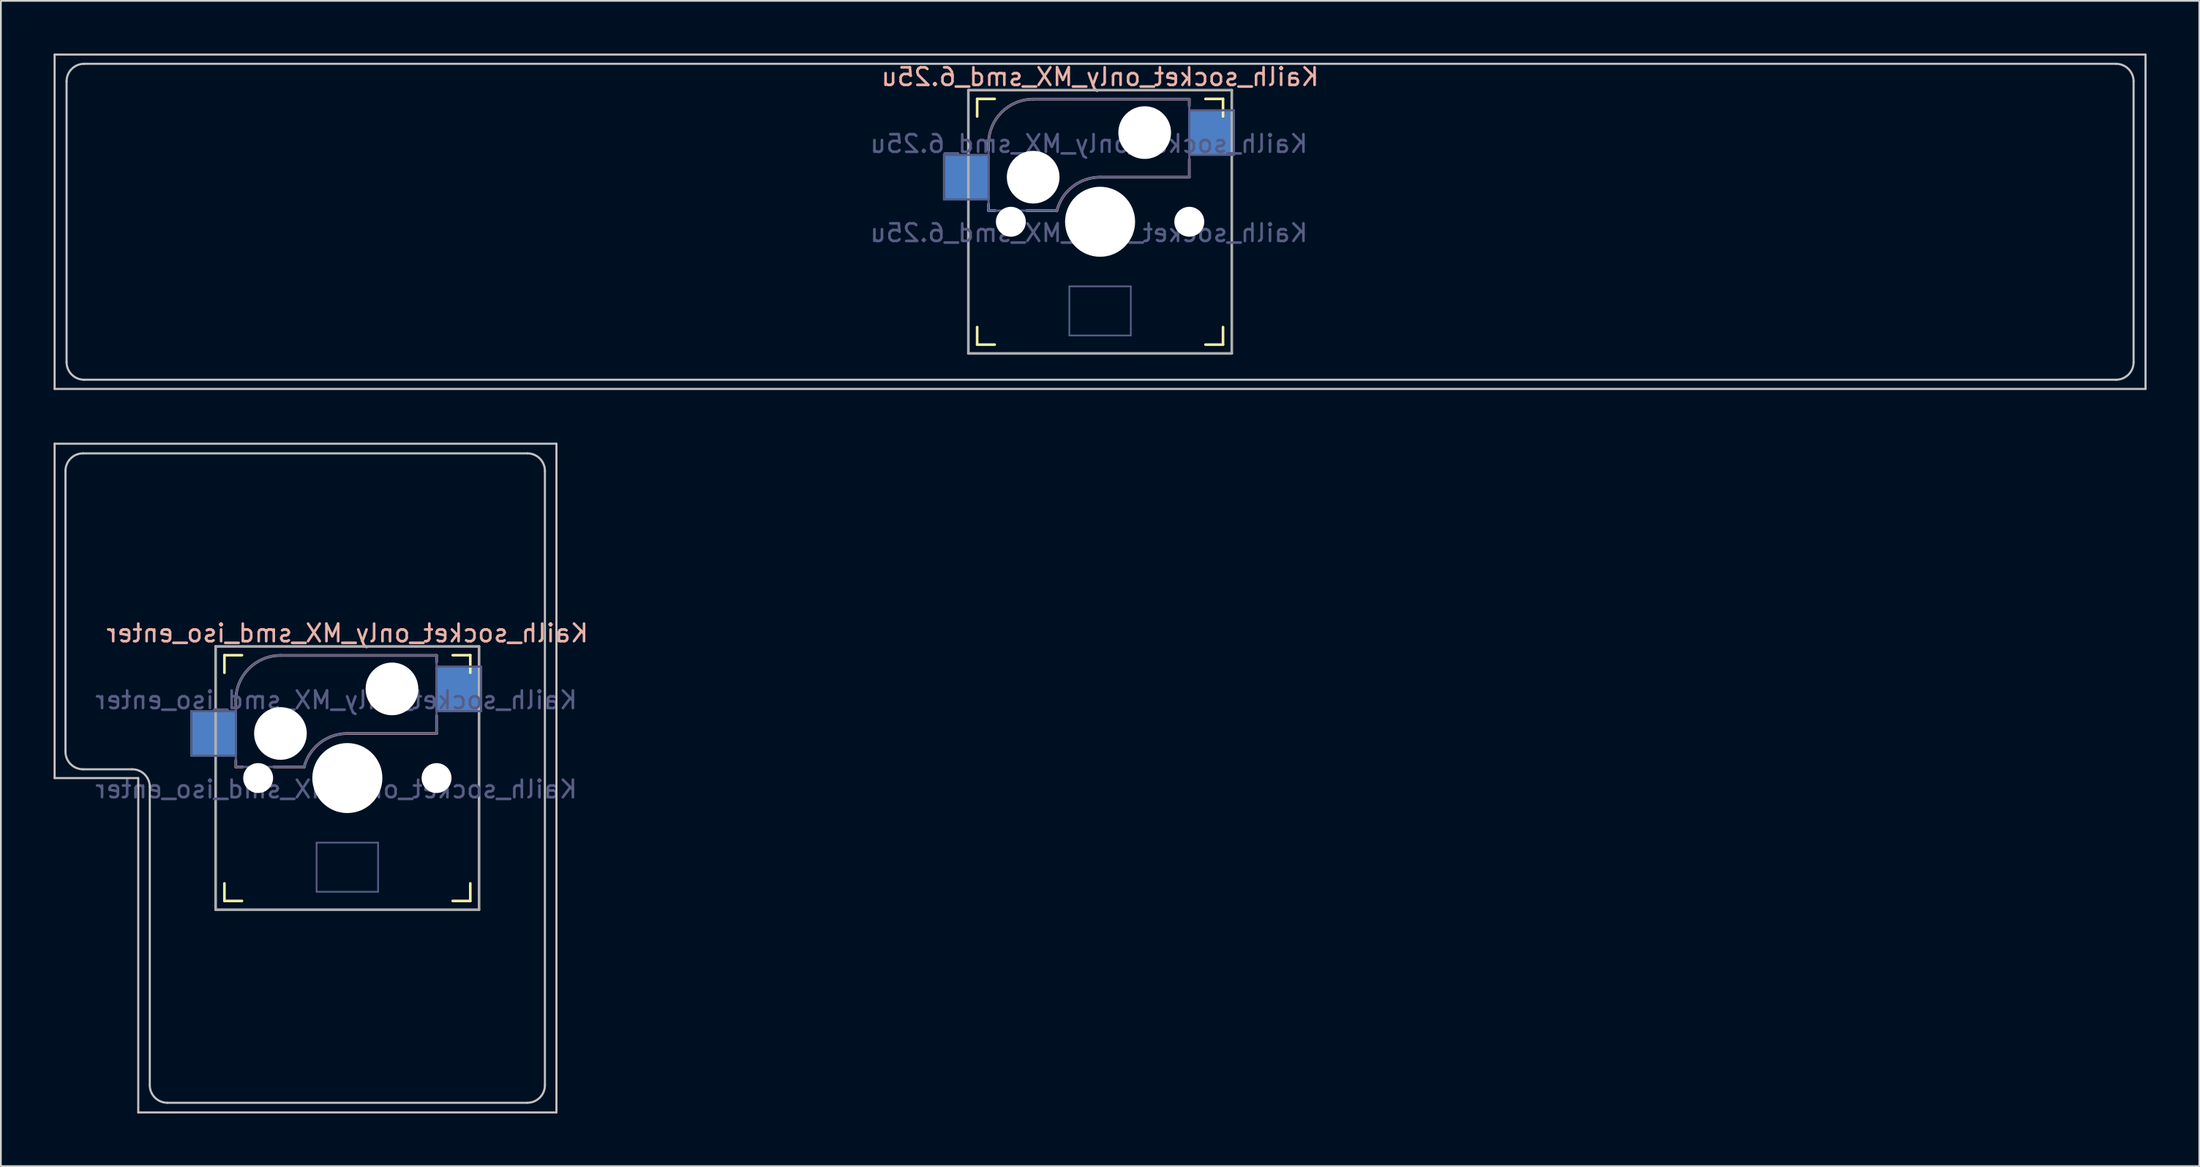
<source format=kicad_pcb>
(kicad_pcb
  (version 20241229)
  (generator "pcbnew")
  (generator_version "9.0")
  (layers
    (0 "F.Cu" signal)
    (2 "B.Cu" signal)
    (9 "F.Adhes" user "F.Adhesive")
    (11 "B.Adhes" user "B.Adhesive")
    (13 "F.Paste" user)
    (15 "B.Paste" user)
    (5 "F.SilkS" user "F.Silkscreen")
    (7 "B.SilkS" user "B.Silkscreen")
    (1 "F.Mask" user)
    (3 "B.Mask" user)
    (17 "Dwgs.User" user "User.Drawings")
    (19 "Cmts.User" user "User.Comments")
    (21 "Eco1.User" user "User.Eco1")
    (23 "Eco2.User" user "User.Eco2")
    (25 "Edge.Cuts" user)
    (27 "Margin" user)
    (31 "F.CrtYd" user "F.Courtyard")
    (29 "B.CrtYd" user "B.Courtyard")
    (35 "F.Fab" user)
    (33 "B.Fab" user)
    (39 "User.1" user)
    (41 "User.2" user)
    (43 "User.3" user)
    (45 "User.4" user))
  (footprint "Kailh_socket_only_MX_smd_6.25u"
    (layer "F.Cu")
    (at 59.591 9.585)
    (property "Reference" "Kailh_socket_only_MX_smd_6.25u" (at 0 -8.255 0) (layer "B.SilkS") (effects (font (size 1 1) (thickness 0.15)) (justify mirror)))
    (property "Value" "Kailh_socket_only_MX_smd_6.25u" (at 0 8.255 0) (layer "F.Fab") (hide yes) (effects (font (size 1 1) (thickness 0.15))))
    (attr smd)
    (fp_line (start -7 -6) (end -7 -7) (stroke (width 0.15) (type solid)) (layer "F.SilkS"))
    (fp_line (start -7 7) (end -7 6) (stroke (width 0.15) (type solid)) (layer "F.SilkS"))
    (fp_line (start -7 7) (end -6 7) (stroke (width 0.15) (type solid)) (layer "F.SilkS"))
    (fp_line (start -6 -7) (end -7 -7) (stroke (width 0.15) (type solid)) (layer "F.SilkS"))
    (fp_line (start 6 7) (end 7 7) (stroke (width 0.15) (type solid)) (layer "F.SilkS"))
    (fp_line (start 7 -7) (end 6 -7) (stroke (width 0.15) (type solid)) (layer "F.SilkS"))
    (fp_line (start 7 -7) (end 7 -6) (stroke (width 0.15) (type solid)) (layer "F.SilkS"))
    (fp_line (start 7 6) (end 7 7) (stroke (width 0.15) (type solid)) (layer "F.SilkS"))
    (fp_line (start -6.35 -4.445) (end -6.35 -4.064) (stroke (width 0.15) (type solid)) (layer "B.SilkS"))
    (fp_line (start -6.35 -1.016) (end -6.35 -0.635) (stroke (width 0.15) (type solid)) (layer "B.SilkS"))
    (fp_line (start -5.969 -0.635) (end -6.35 -0.635) (stroke (width 0.15) (type solid)) (layer "B.SilkS"))
    (fp_line (start -3.81 -6.985) (end 5.08 -6.985) (stroke (width 0.15) (type solid)) (layer "B.SilkS"))
    (fp_line (start -2.464 -0.635) (end -4.191 -0.635) (stroke (width 0.15) (type solid)) (layer "B.SilkS"))
    (fp_line (start 5.08 -6.985) (end 5.08 -6.604) (stroke (width 0.15) (type solid)) (layer "B.SilkS"))
    (fp_line (start 5.08 -3.556) (end 5.08 -2.54) (stroke (width 0.15) (type solid)) (layer "B.SilkS"))
    (fp_line (start 5.08 -2.54) (end 0 -2.54) (stroke (width 0.15) (type solid)) (layer "B.SilkS"))
    (fp_arc (start -6.35 -4.445) (mid -5.606051 -6.241051) (end -3.81 -6.985) (stroke (width 0.15) (type solid)) (layer "B.SilkS"))
    (fp_arc (start -2.464162 -0.61604) (mid -1.563147 -2.002042) (end 0 -2.54) (stroke (width 0.15) (type solid)) (layer "B.SilkS"))
    (fp_line (start -59.531 -9.525) (end 59.531 -9.525) (stroke (width 0.12) (type solid)) (layer "Dwgs.User"))
    (fp_line (start -59.531 9.525) (end -59.531 -9.525) (stroke (width 0.12) (type solid)) (layer "Dwgs.User"))
    (fp_line (start -58.85 8) (end -58.85 -8) (stroke (width 0.12) (type solid)) (layer "Dwgs.User"))
    (fp_line (start -57.85 -9) (end 57.85 -9) (stroke (width 0.12) (type solid)) (layer "Dwgs.User"))
    (fp_line (start -57.85 9) (end 57.85 9) (stroke (width 0.12) (type solid)) (layer "Dwgs.User"))
    (fp_line (start 58.85 8) (end 58.85 -8) (stroke (width 0.12) (type solid)) (layer "Dwgs.User"))
    (fp_line (start 59.531 -9.525) (end 59.531 9.525) (stroke (width 0.12) (type solid)) (layer "Dwgs.User"))
    (fp_line (start 59.531 9.525) (end -59.531 9.525) (stroke (width 0.12) (type solid)) (layer "Dwgs.User"))
    (fp_arc (start -58.85 -8) (mid -58.557107 -8.707107) (end -57.85 -9) (stroke (width 0.12) (type solid)) (layer "Dwgs.User"))
    (fp_arc (start -57.85 9) (mid -58.557107 8.707107) (end -58.85 8) (stroke (width 0.12) (type solid)) (layer "Dwgs.User"))
    (fp_arc (start 57.85 -9) (mid 58.557107 -8.707107) (end 58.85 -8) (stroke (width 0.12) (type solid)) (layer "Dwgs.User"))
    (fp_arc (start 58.85 8) (mid 58.557107 8.707107) (end 57.85 9) (stroke (width 0.12) (type solid)) (layer "Dwgs.User"))
    (fp_line (start -6.9 6.9) (end -6.9 -6.9) (stroke (width 0.15) (type solid)) (layer "Eco2.User"))
    (fp_line (start -6.9 6.9) (end 6.9 6.9) (stroke (width 0.15) (type solid)) (layer "Eco2.User"))
    (fp_line (start 6.9 -6.9) (end -6.9 -6.9) (stroke (width 0.15) (type solid)) (layer "Eco2.User"))
    (fp_line (start 6.9 -6.9) (end 6.9 6.9) (stroke (width 0.15) (type solid)) (layer "Eco2.User"))
    (fp_line (start -8.89 -3.81) (end -6.35 -3.81) (stroke (width 0.12) (type solid)) (layer "B.Fab"))
    (fp_line (start -8.89 -1.27) (end -8.89 -3.81) (stroke (width 0.12) (type solid)) (layer "B.Fab"))
    (fp_line (start -6.35 -1.27) (end -8.89 -1.27) (stroke (width 0.12) (type solid)) (layer "B.Fab"))
    (fp_line (start -6.35 -0.635) (end -6.35 -4.445) (stroke (width 0.12) (type solid)) (layer "B.Fab"))
    (fp_line (start -6.35 -0.635) (end -2.54 -0.635) (stroke (width 0.12) (type solid)) (layer "B.Fab"))
    (fp_line (start -3.81 -6.985) (end 5.08 -6.985) (stroke (width 0.12) (type solid)) (layer "B.Fab"))
    (fp_line (start -1.75 3.68) (end -1.75 6.48) (stroke (width 0.1) (type solid)) (layer "B.Fab"))
    (fp_line (start -1.75 3.68) (end 1.75 3.68) (stroke (width 0.1) (type solid)) (layer "B.Fab"))
    (fp_line (start -1.75 6.48) (end 1.75 6.48) (stroke (width 0.1) (type solid)) (layer "B.Fab"))
    (fp_line (start 1.75 3.68) (end 1.75 6.48) (stroke (width 0.1) (type solid)) (layer "B.Fab"))
    (fp_line (start 5.08 -6.985) (end 5.08 -2.54) (stroke (width 0.12) (type solid)) (layer "B.Fab"))
    (fp_line (start 5.08 -6.35) (end 7.62 -6.35) (stroke (width 0.12) (type solid)) (layer "B.Fab"))
    (fp_line (start 5.08 -2.54) (end 0 -2.54) (stroke (width 0.12) (type solid)) (layer "B.Fab"))
    (fp_line (start 7.62 -6.35) (end 7.62 -3.81) (stroke (width 0.12) (type solid)) (layer "B.Fab"))
    (fp_line (start 7.62 -3.81) (end 5.08 -3.81) (stroke (width 0.12) (type solid)) (layer "B.Fab"))
    (fp_arc (start -6.35 -4.445) (mid -5.606051 -6.241051) (end -3.81 -6.985) (stroke (width 0.12) (type solid)) (layer "B.Fab"))
    (fp_arc (start -2.464162 -0.61604) (mid -1.563147 -2.002042) (end 0 -2.54) (stroke (width 0.12) (type solid)) (layer "B.Fab"))
    (fp_line (start -7.5 -7.5) (end 7.5 -7.5) (stroke (width 0.15) (type solid)) (layer "F.Fab"))
    (fp_line (start -7.5 7.5) (end -7.5 -7.5) (stroke (width 0.15) (type solid)) (layer "F.Fab"))
    (fp_line (start 7.5 -7.5) (end 7.5 7.5) (stroke (width 0.15) (type solid)) (layer "F.Fab"))
    (fp_line (start 7.5 7.5) (end -7.5 7.5) (stroke (width 0.15) (type solid)) (layer "F.Fab"))
    (fp_text user "${REFERENCE}" (at -0.635 -4.445 0) (layer "B.Fab") (effects (font (size 1 1) (thickness 0.15)) (justify mirror)))
    (fp_text user "${VALUE}" (at -0.635 0.635 0) (layer "B.Fab") (effects (font (size 1 1) (thickness 0.15)) (justify mirror)))
    (pad "" np_thru_hole circle (at -5.08 0) (size 1.702 1.702) (drill 1.702) (layers "*.Cu" "*.Mask"))
    (pad "" np_thru_hole circle (at -3.81 -2.54) (size 3 3) (drill 3) (layers "*.Cu" "*.Mask"))
    (pad "" np_thru_hole circle (at 0 0) (size 3.988 3.988) (drill 3.988) (layers "*.Cu" "*.Mask"))
    (pad "" np_thru_hole circle (at 2.54 -5.08) (size 3 3) (drill 3) (layers "*.Cu" "*.Mask"))
    (pad "" np_thru_hole circle (at 5.08 0) (size 1.702 1.702) (drill 1.702) (layers "*.Cu" "*.Mask"))
    (pad "1" smd rect (at 6.29 -5.08) (size 2.55 2.5) (layers "B.Cu" "B.Mask" "B.Paste"))
    (pad "2" smd rect (at -7.56 -2.54) (size 2.55 2.5) (layers "B.Cu" "B.Mask" "B.Paste")))
  (footprint "Kailh_socket_only_MX_smd_iso_enter"
    (layer "F.Cu")
    (at 16.729 41.28)
    (property "Reference" "Kailh_socket_only_MX_smd_iso_enter" (at 0 -8.255 0) (layer "B.SilkS") (effects (font (size 1 1) (thickness 0.15)) (justify mirror)))
    (property "Value" "Kailh_socket_only_MX_smd_iso_enter" (at 0 8.255 0) (layer "F.Fab") (hide yes) (effects (font (size 1 1) (thickness 0.15))))
    (attr smd)
    (fp_line (start -7 -6) (end -7 -7) (stroke (width 0.15) (type solid)) (layer "F.SilkS"))
    (fp_line (start -7 7) (end -7 6) (stroke (width 0.15) (type solid)) (layer "F.SilkS"))
    (fp_line (start -7 7) (end -6 7) (stroke (width 0.15) (type solid)) (layer "F.SilkS"))
    (fp_line (start -6 -7) (end -7 -7) (stroke (width 0.15) (type solid)) (layer "F.SilkS"))
    (fp_line (start 6 7) (end 7 7) (stroke (width 0.15) (type solid)) (layer "F.SilkS"))
    (fp_line (start 7 -7) (end 6 -7) (stroke (width 0.15) (type solid)) (layer "F.SilkS"))
    (fp_line (start 7 -7) (end 7 -6) (stroke (width 0.15) (type solid)) (layer "F.SilkS"))
    (fp_line (start 7 6) (end 7 7) (stroke (width 0.15) (type solid)) (layer "F.SilkS"))
    (fp_line (start -6.35 -4.445) (end -6.35 -4.064) (stroke (width 0.15) (type solid)) (layer "B.SilkS"))
    (fp_line (start -6.35 -1.016) (end -6.35 -0.635) (stroke (width 0.15) (type solid)) (layer "B.SilkS"))
    (fp_line (start -5.969 -0.635) (end -6.35 -0.635) (stroke (width 0.15) (type solid)) (layer "B.SilkS"))
    (fp_line (start -3.81 -6.985) (end 5.08 -6.985) (stroke (width 0.15) (type solid)) (layer "B.SilkS"))
    (fp_line (start -2.464 -0.635) (end -4.191 -0.635) (stroke (width 0.15) (type solid)) (layer "B.SilkS"))
    (fp_line (start 5.08 -6.985) (end 5.08 -6.604) (stroke (width 0.15) (type solid)) (layer "B.SilkS"))
    (fp_line (start 5.08 -3.556) (end 5.08 -2.54) (stroke (width 0.15) (type solid)) (layer "B.SilkS"))
    (fp_line (start 5.08 -2.54) (end 0 -2.54) (stroke (width 0.15) (type solid)) (layer "B.SilkS"))
    (fp_arc (start -6.35 -4.445) (mid -5.606051 -6.241051) (end -3.81 -6.985) (stroke (width 0.15) (type solid)) (layer "B.SilkS"))
    (fp_arc (start -2.464162 -0.61604) (mid -1.563147 -2.002042) (end 0 -2.54) (stroke (width 0.15) (type solid)) (layer "B.SilkS"))
    (fp_line (start -16.669 -19.05) (end 11.906 -19.05) (stroke (width 0.12) (type solid)) (layer "Dwgs.User"))
    (fp_line (start -16.669 0) (end -16.669 -19.05) (stroke (width 0.12) (type solid)) (layer "Dwgs.User"))
    (fp_line (start -16.669 0) (end -11.906 0) (stroke (width 0.12) (type solid)) (layer "Dwgs.User"))
    (fp_line (start -16.05 -1.5) (end -16.05 -17.5) (stroke (width 0.12) (type solid)) (layer "Dwgs.User"))
    (fp_line (start -15.05 -18.5) (end 10.25 -18.5) (stroke (width 0.12) (type solid)) (layer "Dwgs.User"))
    (fp_line (start -15.05 -0.5) (end -12.25 -0.5) (stroke (width 0.12) (type solid)) (layer "Dwgs.User"))
    (fp_line (start -11.906 19.05) (end -11.906 0) (stroke (width 0.12) (type solid)) (layer "Dwgs.User"))
    (fp_line (start -11.25 17.5) (end -11.25 0.5) (stroke (width 0.12) (type solid)) (layer "Dwgs.User"))
    (fp_line (start -10.25 18.5) (end 10.25 18.5) (stroke (width 0.12) (type solid)) (layer "Dwgs.User"))
    (fp_line (start 11.25 17.5) (end 11.25 -17.5) (stroke (width 0.12) (type solid)) (layer "Dwgs.User"))
    (fp_line (start 11.906 -19.05) (end 11.906 19.05) (stroke (width 0.12) (type solid)) (layer "Dwgs.User"))
    (fp_line (start 11.906 19.05) (end -11.906 19.05) (stroke (width 0.12) (type solid)) (layer "Dwgs.User"))
    (fp_arc (start -16.05 -17.5) (mid -15.757107 -18.207107) (end -15.05 -18.5) (stroke (width 0.12) (type solid)) (layer "Dwgs.User"))
    (fp_arc (start -15.05 -0.5) (mid -15.757107 -0.792893) (end -16.05 -1.5) (stroke (width 0.12) (type solid)) (layer "Dwgs.User"))
    (fp_arc (start -12.25 -0.5) (mid -11.542893 -0.207107) (end -11.25 0.5) (stroke (width 0.12) (type solid)) (layer "Dwgs.User"))
    (fp_arc (start -10.25 18.5) (mid -10.957107 18.207107) (end -11.25 17.5) (stroke (width 0.12) (type solid)) (layer "Dwgs.User"))
    (fp_arc (start 10.25 -18.5) (mid 10.957107 -18.207107) (end 11.25 -17.5) (stroke (width 0.12) (type solid)) (layer "Dwgs.User"))
    (fp_arc (start 11.25 17.5) (mid 10.957107 18.207107) (end 10.25 18.5) (stroke (width 0.12) (type solid)) (layer "Dwgs.User"))
    (fp_line (start -6.9 6.9) (end -6.9 -6.9) (stroke (width 0.15) (type solid)) (layer "Eco2.User"))
    (fp_line (start -6.9 6.9) (end 6.9 6.9) (stroke (width 0.15) (type solid)) (layer "Eco2.User"))
    (fp_line (start 6.9 -6.9) (end -6.9 -6.9) (stroke (width 0.15) (type solid)) (layer "Eco2.User"))
    (fp_line (start 6.9 -6.9) (end 6.9 6.9) (stroke (width 0.15) (type solid)) (layer "Eco2.User"))
    (fp_line (start -8.89 -3.81) (end -6.35 -3.81) (stroke (width 0.12) (type solid)) (layer "B.Fab"))
    (fp_line (start -8.89 -1.27) (end -8.89 -3.81) (stroke (width 0.12) (type solid)) (layer "B.Fab"))
    (fp_line (start -6.35 -1.27) (end -8.89 -1.27) (stroke (width 0.12) (type solid)) (layer "B.Fab"))
    (fp_line (start -6.35 -0.635) (end -6.35 -4.445) (stroke (width 0.12) (type solid)) (layer "B.Fab"))
    (fp_line (start -6.35 -0.635) (end -2.54 -0.635) (stroke (width 0.12) (type solid)) (layer "B.Fab"))
    (fp_line (start -3.81 -6.985) (end 5.08 -6.985) (stroke (width 0.12) (type solid)) (layer "B.Fab"))
    (fp_line (start -1.75 3.68) (end -1.75 6.48) (stroke (width 0.1) (type solid)) (layer "B.Fab"))
    (fp_line (start -1.75 3.68) (end 1.75 3.68) (stroke (width 0.1) (type solid)) (layer "B.Fab"))
    (fp_line (start -1.75 6.48) (end 1.75 6.48) (stroke (width 0.1) (type solid)) (layer "B.Fab"))
    (fp_line (start 1.75 3.68) (end 1.75 6.48) (stroke (width 0.1) (type solid)) (layer "B.Fab"))
    (fp_line (start 5.08 -6.985) (end 5.08 -2.54) (stroke (width 0.12) (type solid)) (layer "B.Fab"))
    (fp_line (start 5.08 -6.35) (end 7.62 -6.35) (stroke (width 0.12) (type solid)) (layer "B.Fab"))
    (fp_line (start 5.08 -2.54) (end 0 -2.54) (stroke (width 0.12) (type solid)) (layer "B.Fab"))
    (fp_line (start 7.62 -6.35) (end 7.62 -3.81) (stroke (width 0.12) (type solid)) (layer "B.Fab"))
    (fp_line (start 7.62 -3.81) (end 5.08 -3.81) (stroke (width 0.12) (type solid)) (layer "B.Fab"))
    (fp_arc (start -6.35 -4.445) (mid -5.606051 -6.241051) (end -3.81 -6.985) (stroke (width 0.12) (type solid)) (layer "B.Fab"))
    (fp_arc (start -2.464162 -0.61604) (mid -1.563147 -2.002042) (end 0 -2.54) (stroke (width 0.12) (type solid)) (layer "B.Fab"))
    (fp_line (start -7.5 -7.5) (end 7.5 -7.5) (stroke (width 0.15) (type solid)) (layer "F.Fab"))
    (fp_line (start -7.5 7.5) (end -7.5 -7.5) (stroke (width 0.15) (type solid)) (layer "F.Fab"))
    (fp_line (start 7.5 -7.5) (end 7.5 7.5) (stroke (width 0.15) (type solid)) (layer "F.Fab"))
    (fp_line (start 7.5 7.5) (end -7.5 7.5) (stroke (width 0.15) (type solid)) (layer "F.Fab"))
    (fp_text user "${VALUE}" (at -0.635 0.635 0) (layer "B.Fab") (effects (font (size 1 1) (thickness 0.15)) (justify mirror)))
    (fp_text user "${REFERENCE}" (at -0.635 -4.445 0) (layer "B.Fab") (effects (font (size 1 1) (thickness 0.15)) (justify mirror)))
    (pad "" np_thru_hole circle (at -5.08 0) (size 1.702 1.702) (drill 1.702) (layers "*.Cu" "*.Mask"))
    (pad "" np_thru_hole circle (at -3.81 -2.54) (size 3 3) (drill 3) (layers "*.Cu" "*.Mask"))
    (pad "" np_thru_hole circle (at 0 0) (size 3.988 3.988) (drill 3.988) (layers "*.Cu" "*.Mask"))
    (pad "" np_thru_hole circle (at 2.54 -5.08) (size 3 3) (drill 3) (layers "*.Cu" "*.Mask"))
    (pad "" np_thru_hole circle (at 5.08 0) (size 1.702 1.702) (drill 1.702) (layers "*.Cu" "*.Mask"))
    (pad "1" smd rect (at 6.29 -5.08) (size 2.55 2.5) (layers "B.Cu" "B.Mask" "B.Paste"))
    (pad "2" smd rect (at -7.56 -2.54) (size 2.55 2.5) (layers "B.Cu" "B.Mask" "B.Paste")))
  (gr_rect
    (start -3 -3)
    (end 122.183 63.39)
    (stroke (width 0.1) (type default))
    (fill no)
    (layer "Edge.Cuts")))
</source>
